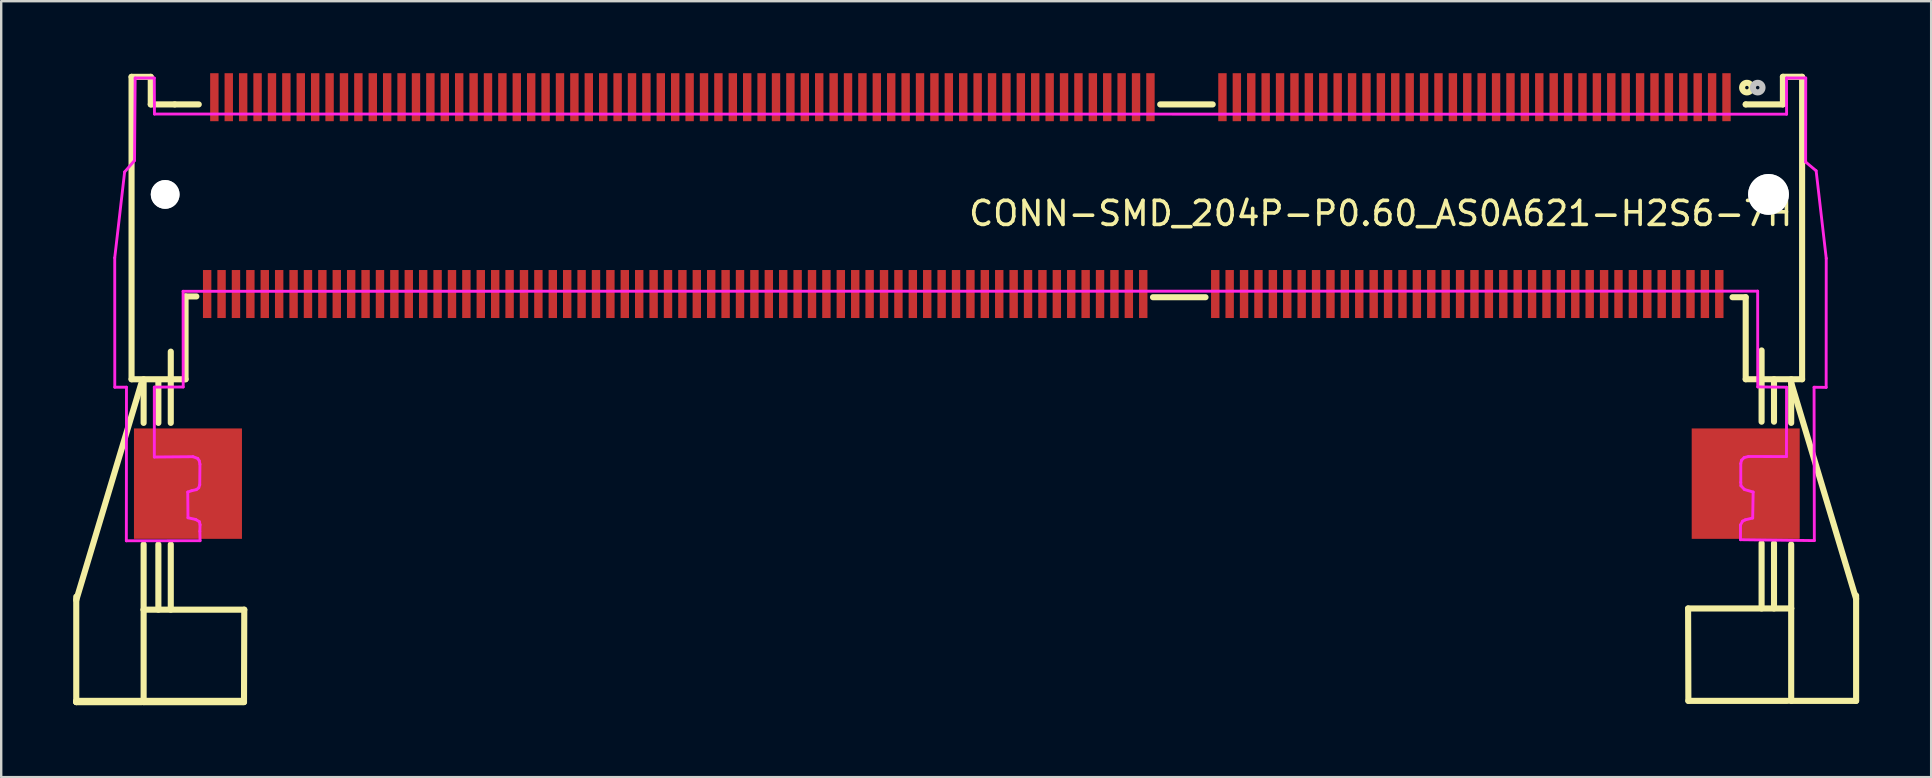
<source format=kicad_pcb>
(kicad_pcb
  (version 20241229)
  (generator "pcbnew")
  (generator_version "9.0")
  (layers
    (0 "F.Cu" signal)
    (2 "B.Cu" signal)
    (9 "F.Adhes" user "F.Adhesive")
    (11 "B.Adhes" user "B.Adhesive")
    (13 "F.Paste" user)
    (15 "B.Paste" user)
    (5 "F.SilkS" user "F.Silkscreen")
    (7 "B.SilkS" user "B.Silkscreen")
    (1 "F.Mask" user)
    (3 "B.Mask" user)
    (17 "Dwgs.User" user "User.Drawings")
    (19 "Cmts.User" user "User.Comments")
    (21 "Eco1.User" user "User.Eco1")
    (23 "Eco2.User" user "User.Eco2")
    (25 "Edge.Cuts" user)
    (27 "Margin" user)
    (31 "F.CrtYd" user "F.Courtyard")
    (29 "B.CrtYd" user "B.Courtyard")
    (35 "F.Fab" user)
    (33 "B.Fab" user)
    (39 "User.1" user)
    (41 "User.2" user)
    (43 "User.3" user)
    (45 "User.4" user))
  (footprint "CONN-SMD_204P-P0.60_AS0A621-H2S6-7H"
    (layer "F.Cu")
    (at 37.231 9.05)
    (property "Reference" "CONN-SMD_204P-P0.60_AS0A621-H2S6-7H" (at 0 -3.207 0) (layer "F.SilkS") (effects (font (size 1 1) (thickness 0.15)) (justify left)))
    (attr smd)
    (fp_line (start -37.104 12.901) (end -34.4 3.895) (stroke (width 0.254) (type solid)) (layer "F.SilkS"))
    (fp_line (start -37.104 17.151) (end -37.104 12.76) (stroke (width 0.254) (type solid)) (layer "F.SilkS"))
    (fp_line (start -37.104 17.151) (end -34.382 17.151) (stroke (width 0.254) (type solid)) (layer "F.SilkS"))
    (fp_line (start -37.1 17.1) (end -30.15 17.1) (stroke (width 0.254) (type solid)) (layer "F.SilkS"))
    (fp_line (start -37.1 17.15) (end -37.1 17.1) (stroke (width 0.254) (type solid)) (layer "F.SilkS"))
    (fp_line (start -34.8 -8.899) (end -34 -8.899) (stroke (width 0.254) (type solid)) (layer "F.SilkS"))
    (fp_line (start -34.8 3.701) (end -34.8 -8.899) (stroke (width 0.254) (type solid)) (layer "F.SilkS"))
    (fp_line (start -34.8 3.701) (end -32.55 3.701) (stroke (width 0.254) (type solid)) (layer "F.SilkS"))
    (fp_line (start -34.297 5.519) (end -34.297 3.701) (stroke (width 0.254) (type solid)) (layer "F.SilkS"))
    (fp_line (start -34.297 13.301) (end -34.297 10.581) (stroke (width 0.254) (type solid)) (layer "F.SilkS"))
    (fp_line (start -34.297 13.301) (end -34.297 17.151) (stroke (width 0.254) (type solid)) (layer "F.SilkS"))
    (fp_line (start -34.281 17.151) (end -30.115 17.151) (stroke (width 0.254) (type solid)) (layer "F.SilkS"))
    (fp_line (start -34 -8.899) (end -34 -7.75) (stroke (width 0.254) (type solid)) (layer "F.SilkS"))
    (fp_line (start -34 -7.75) (end -33 -7.75) (stroke (width 0.254) (type solid)) (layer "F.SilkS"))
    (fp_line (start -33.683 5.519) (end -33.683 3.75) (stroke (width 0.254) (type solid)) (layer "F.SilkS"))
    (fp_line (start -33.683 13.301) (end -33.683 10.582) (stroke (width 0.254) (type solid)) (layer "F.SilkS"))
    (fp_line (start -33.166 5.519) (end -33.166 2.55) (stroke (width 0.254) (type solid)) (layer "F.SilkS"))
    (fp_line (start -33.166 13.301) (end -33.166 10.582) (stroke (width 0.254) (type solid)) (layer "F.SilkS"))
    (fp_line (start -33 -7.75) (end -32 -7.75) (stroke (width 0.254) (type solid)) (layer "F.SilkS"))
    (fp_line (start -32.55 0.25) (end -32.1 0.25) (stroke (width 0.254) (type solid)) (layer "F.SilkS"))
    (fp_line (start -32.55 3.701) (end -32.55 0.25) (stroke (width 0.254) (type solid)) (layer "F.SilkS"))
    (fp_line (start -30.15 17.1) (end -30.15 17.15) (stroke (width 0.254) (type solid)) (layer "F.SilkS"))
    (fp_line (start -30.15 17.15) (end -37.1 17.15) (stroke (width 0.254) (type solid)) (layer "F.SilkS"))
    (fp_line (start -30.115 17.151) (end -30.104 13.301) (stroke (width 0.254) (type solid)) (layer "F.SilkS"))
    (fp_line (start -30.104 13.301) (end -34.297 13.301) (stroke (width 0.254) (type solid)) (layer "F.SilkS"))
    (fp_line (start 9.944 0.283) (end 7.756 0.283) (stroke (width 0.254) (type solid)) (layer "F.SilkS"))
    (fp_line (start 10.244 -7.75) (end 8.056 -7.75) (stroke (width 0.254) (type solid)) (layer "F.SilkS"))
    (fp_line (start 30.05 13.25) (end 34.345 13.25) (stroke (width 0.254) (type solid)) (layer "F.SilkS"))
    (fp_line (start 30.061 17.1) (end 30.05 13.25) (stroke (width 0.254) (type solid)) (layer "F.SilkS"))
    (fp_line (start 30.061 17.1) (end 34.2 17.1) (stroke (width 0.254) (type solid)) (layer "F.SilkS"))
    (fp_line (start 32.45 -7.75) (end 32.45 -7.75) (stroke (width 0.254) (type solid)) (layer "F.SilkS"))
    (fp_line (start 32.45 0.283) (end 31.9 0.283) (stroke (width 0.254) (type solid)) (layer "F.SilkS"))
    (fp_line (start 32.45 0.283) (end 32.45 3.7) (stroke (width 0.254) (type solid)) (layer "F.SilkS"))
    (fp_line (start 33.112 5.469) (end 33.112 2.5) (stroke (width 0.254) (type solid)) (layer "F.SilkS"))
    (fp_line (start 33.112 13.25) (end 33.112 10.531) (stroke (width 0.254) (type solid)) (layer "F.SilkS"))
    (fp_line (start 33.629 5.469) (end 33.629 3.7) (stroke (width 0.254) (type solid)) (layer "F.SilkS"))
    (fp_line (start 33.629 13.25) (end 33.629 10.531) (stroke (width 0.254) (type solid)) (layer "F.SilkS"))
    (fp_line (start 34 -8.9) (end 34 -7.75) (stroke (width 0.254) (type solid)) (layer "F.SilkS"))
    (fp_line (start 34 -7.75) (end 32.45 -7.75) (stroke (width 0.254) (type solid)) (layer "F.SilkS"))
    (fp_line (start 34.345 5.519) (end 34.345 3.7) (stroke (width 0.254) (type solid)) (layer "F.SilkS"))
    (fp_line (start 34.345 13.25) (end 34.345 10.581) (stroke (width 0.254) (type solid)) (layer "F.SilkS"))
    (fp_line (start 34.345 13.25) (end 34.345 17.1) (stroke (width 0.254) (type solid)) (layer "F.SilkS"))
    (fp_line (start 34.8 -8.9) (end 34 -8.9) (stroke (width 0.254) (type solid)) (layer "F.SilkS"))
    (fp_line (start 34.8 3.7) (end 32.45 3.7) (stroke (width 0.254) (type solid)) (layer "F.SilkS"))
    (fp_line (start 34.8 3.7) (end 34.8 -8.9) (stroke (width 0.254) (type solid)) (layer "F.SilkS"))
    (fp_line (start 37.05 12.85) (end 34.345 3.845) (stroke (width 0.254) (type solid)) (layer "F.SilkS"))
    (fp_line (start 37.05 17.1) (end 34.328 17.1) (stroke (width 0.254) (type solid)) (layer "F.SilkS"))
    (fp_line (start 37.05 17.1) (end 37.05 12.71) (stroke (width 0.254) (type solid)) (layer "F.SilkS"))
    (fp_circle (center 32.5 -8.45) (end 32.7 -8.45) (stroke (width 0.254) (type solid)) (fill no) (layer "F.SilkS"))
    (fp_circle (center -33.4 -4) (end -33.1 -4) (stroke (width 0.6) (type solid)) (fill no) (layer "Dwgs.User"))
    (fp_circle (center 32.95 -8.45) (end 33.15 -8.45) (stroke (width 0.254) (type solid)) (fill no) (layer "Dwgs.User"))
    (fp_circle (center 33.4 -4) (end 33.825 -4) (stroke (width 0.85) (type solid)) (fill no) (layer "Dwgs.User"))
    (fp_circle (center 35.805 -8.9) (end 35.835 -8.9) (stroke (width 0.06) (type solid)) (fill no) (layer "Eco2.User"))
    (fp_poly (pts (xy -31.45 1) (xy -31.85 1) (xy -31.85 -0.7) (xy -31.45 -0.7)) (stroke (width 0.12) (type solid)) (fill no) (layer "Eco2.User"))
    (fp_poly (pts (xy -31.15 -7.2) (xy -31.55 -7.2) (xy -31.55 -8.9) (xy -31.15 -8.9)) (stroke (width 0.12) (type solid)) (fill no) (layer "Eco2.User"))
    (fp_poly (pts (xy -30.95 10.05) (xy -33.95 10.05) (xy -33.95 6.05) (xy -30.95 6.05)) (stroke (width 0.12) (type solid)) (fill no) (layer "Eco2.User"))
    (fp_poly (pts (xy -30.85 1) (xy -31.25 1) (xy -31.25 -0.7) (xy -30.85 -0.7)) (stroke (width 0.12) (type solid)) (fill no) (layer "Eco2.User"))
    (fp_poly (pts (xy -30.55 -7.2) (xy -30.95 -7.2) (xy -30.95 -8.9) (xy -30.55 -8.9)) (stroke (width 0.12) (type solid)) (fill no) (layer "Eco2.User"))
    (fp_poly (pts (xy -30.25 1) (xy -30.65 1) (xy -30.65 -0.7) (xy -30.25 -0.7)) (stroke (width 0.12) (type solid)) (fill no) (layer "Eco2.User"))
    (fp_poly (pts (xy -29.95 -7.2) (xy -30.35 -7.2) (xy -30.35 -8.9) (xy -29.95 -8.9)) (stroke (width 0.12) (type solid)) (fill no) (layer "Eco2.User"))
    (fp_poly (pts (xy -29.65 1) (xy -30.05 1) (xy -30.05 -0.7) (xy -29.65 -0.7)) (stroke (width 0.12) (type solid)) (fill no) (layer "Eco2.User"))
    (fp_poly (pts (xy -29.35 -7.2) (xy -29.75 -7.2) (xy -29.75 -8.9) (xy -29.35 -8.9)) (stroke (width 0.12) (type solid)) (fill no) (layer "Eco2.User"))
    (fp_poly (pts (xy -29.05 1) (xy -29.45 1) (xy -29.45 -0.7) (xy -29.05 -0.7)) (stroke (width 0.12) (type solid)) (fill no) (layer "Eco2.User"))
    (fp_poly (pts (xy -28.75 -7.2) (xy -29.15 -7.2) (xy -29.15 -8.9) (xy -28.75 -8.9)) (stroke (width 0.12) (type solid)) (fill no) (layer "Eco2.User"))
    (fp_poly (pts (xy -28.45 1) (xy -28.85 1) (xy -28.85 -0.7) (xy -28.45 -0.7)) (stroke (width 0.12) (type solid)) (fill no) (layer "Eco2.User"))
    (fp_poly (pts (xy -28.15 -7.2) (xy -28.55 -7.2) (xy -28.55 -8.9) (xy -28.15 -8.9)) (stroke (width 0.12) (type solid)) (fill no) (layer "Eco2.User"))
    (fp_poly (pts (xy -27.85 1) (xy -28.25 1) (xy -28.25 -0.7) (xy -27.85 -0.7)) (stroke (width 0.12) (type solid)) (fill no) (layer "Eco2.User"))
    (fp_poly (pts (xy -27.55 -7.2) (xy -27.95 -7.2) (xy -27.95 -8.9) (xy -27.55 -8.9)) (stroke (width 0.12) (type solid)) (fill no) (layer "Eco2.User"))
    (fp_poly (pts (xy -27.25 1) (xy -27.65 1) (xy -27.65 -0.7) (xy -27.25 -0.7)) (stroke (width 0.12) (type solid)) (fill no) (layer "Eco2.User"))
    (fp_poly (pts (xy -26.95 -7.2) (xy -27.35 -7.2) (xy -27.35 -8.9) (xy -26.95 -8.9)) (stroke (width 0.12) (type solid)) (fill no) (layer "Eco2.User"))
    (fp_poly (pts (xy -26.65 1) (xy -27.05 1) (xy -27.05 -0.7) (xy -26.65 -0.7)) (stroke (width 0.12) (type solid)) (fill no) (layer "Eco2.User"))
    (fp_poly (pts (xy -26.35 -7.2) (xy -26.75 -7.2) (xy -26.75 -8.9) (xy -26.35 -8.9)) (stroke (width 0.12) (type solid)) (fill no) (layer "Eco2.User"))
    (fp_poly (pts (xy -26.05 1) (xy -26.45 1) (xy -26.45 -0.7) (xy -26.05 -0.7)) (stroke (width 0.12) (type solid)) (fill no) (layer "Eco2.User"))
    (fp_poly (pts (xy -25.75 -7.2) (xy -26.15 -7.2) (xy -26.15 -8.9) (xy -25.75 -8.9)) (stroke (width 0.12) (type solid)) (fill no) (layer "Eco2.User"))
    (fp_poly (pts (xy -25.45 1) (xy -25.85 1) (xy -25.85 -0.7) (xy -25.45 -0.7)) (stroke (width 0.12) (type solid)) (fill no) (layer "Eco2.User"))
    (fp_poly (pts (xy -25.15 -7.2) (xy -25.55 -7.2) (xy -25.55 -8.9) (xy -25.15 -8.9)) (stroke (width 0.12) (type solid)) (fill no) (layer "Eco2.User"))
    (fp_poly (pts (xy -24.85 1) (xy -25.25 1) (xy -25.25 -0.7) (xy -24.85 -0.7)) (stroke (width 0.12) (type solid)) (fill no) (layer "Eco2.User"))
    (fp_poly (pts (xy -24.55 -7.2) (xy -24.95 -7.2) (xy -24.95 -8.9) (xy -24.55 -8.9)) (stroke (width 0.12) (type solid)) (fill no) (layer "Eco2.User"))
    (fp_poly (pts (xy -24.25 1) (xy -24.65 1) (xy -24.65 -0.7) (xy -24.25 -0.7)) (stroke (width 0.12) (type solid)) (fill no) (layer "Eco2.User"))
    (fp_poly (pts (xy -23.95 -7.2) (xy -24.35 -7.2) (xy -24.35 -8.9) (xy -23.95 -8.9)) (stroke (width 0.12) (type solid)) (fill no) (layer "Eco2.User"))
    (fp_poly (pts (xy -23.65 1) (xy -24.05 1) (xy -24.05 -0.7) (xy -23.65 -0.7)) (stroke (width 0.12) (type solid)) (fill no) (layer "Eco2.User"))
    (fp_poly (pts (xy -23.35 -7.2) (xy -23.75 -7.2) (xy -23.75 -8.9) (xy -23.35 -8.9)) (stroke (width 0.12) (type solid)) (fill no) (layer "Eco2.User"))
    (fp_poly (pts (xy -23.05 1) (xy -23.45 1) (xy -23.45 -0.7) (xy -23.05 -0.7)) (stroke (width 0.12) (type solid)) (fill no) (layer "Eco2.User"))
    (fp_poly (pts (xy -22.75 -7.2) (xy -23.15 -7.2) (xy -23.15 -8.9) (xy -22.75 -8.9)) (stroke (width 0.12) (type solid)) (fill no) (layer "Eco2.User"))
    (fp_poly (pts (xy -22.45 1) (xy -22.85 1) (xy -22.85 -0.7) (xy -22.45 -0.7)) (stroke (width 0.12) (type solid)) (fill no) (layer "Eco2.User"))
    (fp_poly (pts (xy -22.15 -7.2) (xy -22.55 -7.2) (xy -22.55 -8.9) (xy -22.15 -8.9)) (stroke (width 0.12) (type solid)) (fill no) (layer "Eco2.User"))
    (fp_poly (pts (xy -21.85 1) (xy -22.25 1) (xy -22.25 -0.7) (xy -21.85 -0.7)) (stroke (width 0.12) (type solid)) (fill no) (layer "Eco2.User"))
    (fp_poly (pts (xy -21.55 -7.2) (xy -21.95 -7.2) (xy -21.95 -8.9) (xy -21.55 -8.9)) (stroke (width 0.12) (type solid)) (fill no) (layer "Eco2.User"))
    (fp_poly (pts (xy -21.25 1) (xy -21.65 1) (xy -21.65 -0.7) (xy -21.25 -0.7)) (stroke (width 0.12) (type solid)) (fill no) (layer "Eco2.User"))
    (fp_poly (pts (xy -20.95 -7.2) (xy -21.35 -7.2) (xy -21.35 -8.9) (xy -20.95 -8.9)) (stroke (width 0.12) (type solid)) (fill no) (layer "Eco2.User"))
    (fp_poly (pts (xy -20.65 1) (xy -21.05 1) (xy -21.05 -0.7) (xy -20.65 -0.7)) (stroke (width 0.12) (type solid)) (fill no) (layer "Eco2.User"))
    (fp_poly (pts (xy -20.35 -7.2) (xy -20.75 -7.2) (xy -20.75 -8.9) (xy -20.35 -8.9)) (stroke (width 0.12) (type solid)) (fill no) (layer "Eco2.User"))
    (fp_poly (pts (xy -20.05 1) (xy -20.45 1) (xy -20.45 -0.7) (xy -20.05 -0.7)) (stroke (width 0.12) (type solid)) (fill no) (layer "Eco2.User"))
    (fp_poly (pts (xy -19.75 -7.2) (xy -20.15 -7.2) (xy -20.15 -8.9) (xy -19.75 -8.9)) (stroke (width 0.12) (type solid)) (fill no) (layer "Eco2.User"))
    (fp_poly (pts (xy -19.45 1) (xy -19.85 1) (xy -19.85 -0.7) (xy -19.45 -0.7)) (stroke (width 0.12) (type solid)) (fill no) (layer "Eco2.User"))
    (fp_poly (pts (xy -19.15 -7.2) (xy -19.55 -7.2) (xy -19.55 -8.9) (xy -19.15 -8.9)) (stroke (width 0.12) (type solid)) (fill no) (layer "Eco2.User"))
    (fp_poly (pts (xy -18.85 1) (xy -19.25 1) (xy -19.25 -0.7) (xy -18.85 -0.7)) (stroke (width 0.12) (type solid)) (fill no) (layer "Eco2.User"))
    (fp_poly (pts (xy -18.55 -7.2) (xy -18.95 -7.2) (xy -18.95 -8.9) (xy -18.55 -8.9)) (stroke (width 0.12) (type solid)) (fill no) (layer "Eco2.User"))
    (fp_poly (pts (xy -18.25 1) (xy -18.65 1) (xy -18.65 -0.7) (xy -18.25 -0.7)) (stroke (width 0.12) (type solid)) (fill no) (layer "Eco2.User"))
    (fp_poly (pts (xy -17.95 -7.2) (xy -18.35 -7.2) (xy -18.35 -8.9) (xy -17.95 -8.9)) (stroke (width 0.12) (type solid)) (fill no) (layer "Eco2.User"))
    (fp_poly (pts (xy -17.65 1) (xy -18.05 1) (xy -18.05 -0.7) (xy -17.65 -0.7)) (stroke (width 0.12) (type solid)) (fill no) (layer "Eco2.User"))
    (fp_poly (pts (xy -17.35 -7.2) (xy -17.75 -7.2) (xy -17.75 -8.9) (xy -17.35 -8.9)) (stroke (width 0.12) (type solid)) (fill no) (layer "Eco2.User"))
    (fp_poly (pts (xy -17.05 1) (xy -17.45 1) (xy -17.45 -0.7) (xy -17.05 -0.7)) (stroke (width 0.12) (type solid)) (fill no) (layer "Eco2.User"))
    (fp_poly (pts (xy -16.75 -7.2) (xy -17.15 -7.2) (xy -17.15 -8.9) (xy -16.75 -8.9)) (stroke (width 0.12) (type solid)) (fill no) (layer "Eco2.User"))
    (fp_poly (pts (xy -16.45 1) (xy -16.85 1) (xy -16.85 -0.7) (xy -16.45 -0.7)) (stroke (width 0.12) (type solid)) (fill no) (layer "Eco2.User"))
    (fp_poly (pts (xy -16.15 -7.2) (xy -16.55 -7.2) (xy -16.55 -8.9) (xy -16.15 -8.9)) (stroke (width 0.12) (type solid)) (fill no) (layer "Eco2.User"))
    (fp_poly (pts (xy -15.85 1) (xy -16.25 1) (xy -16.25 -0.7) (xy -15.85 -0.7)) (stroke (width 0.12) (type solid)) (fill no) (layer "Eco2.User"))
    (fp_poly (pts (xy -15.55 -7.2) (xy -15.95 -7.2) (xy -15.95 -8.9) (xy -15.55 -8.9)) (stroke (width 0.12) (type solid)) (fill no) (layer "Eco2.User"))
    (fp_poly (pts (xy -15.25 1) (xy -15.65 1) (xy -15.65 -0.7) (xy -15.25 -0.7)) (stroke (width 0.12) (type solid)) (fill no) (layer "Eco2.User"))
    (fp_poly (pts (xy -14.95 -7.2) (xy -15.35 -7.2) (xy -15.35 -8.9) (xy -14.95 -8.9)) (stroke (width 0.12) (type solid)) (fill no) (layer "Eco2.User"))
    (fp_poly (pts (xy -14.65 1) (xy -15.05 1) (xy -15.05 -0.7) (xy -14.65 -0.7)) (stroke (width 0.12) (type solid)) (fill no) (layer "Eco2.User"))
    (fp_poly (pts (xy -14.35 -7.2) (xy -14.75 -7.2) (xy -14.75 -8.9) (xy -14.35 -8.9)) (stroke (width 0.12) (type solid)) (fill no) (layer "Eco2.User"))
    (fp_poly (pts (xy -14.05 1) (xy -14.45 1) (xy -14.45 -0.7) (xy -14.05 -0.7)) (stroke (width 0.12) (type solid)) (fill no) (layer "Eco2.User"))
    (fp_poly (pts (xy -13.75 -7.2) (xy -14.15 -7.2) (xy -14.15 -8.9) (xy -13.75 -8.9)) (stroke (width 0.12) (type solid)) (fill no) (layer "Eco2.User"))
    (fp_poly (pts (xy -13.45 1) (xy -13.85 1) (xy -13.85 -0.7) (xy -13.45 -0.7)) (stroke (width 0.12) (type solid)) (fill no) (layer "Eco2.User"))
    (fp_poly (pts (xy -13.15 -7.2) (xy -13.55 -7.2) (xy -13.55 -8.9) (xy -13.15 -8.9)) (stroke (width 0.12) (type solid)) (fill no) (layer "Eco2.User"))
    (fp_poly (pts (xy -12.85 1) (xy -13.25 1) (xy -13.25 -0.7) (xy -12.85 -0.7)) (stroke (width 0.12) (type solid)) (fill no) (layer "Eco2.User"))
    (fp_poly (pts (xy -12.55 -7.2) (xy -12.95 -7.2) (xy -12.95 -8.9) (xy -12.55 -8.9)) (stroke (width 0.12) (type solid)) (fill no) (layer "Eco2.User"))
    (fp_poly (pts (xy -12.25 1) (xy -12.65 1) (xy -12.65 -0.7) (xy -12.25 -0.7)) (stroke (width 0.12) (type solid)) (fill no) (layer "Eco2.User"))
    (fp_poly (pts (xy -11.95 -7.2) (xy -12.35 -7.2) (xy -12.35 -8.9) (xy -11.95 -8.9)) (stroke (width 0.12) (type solid)) (fill no) (layer "Eco2.User"))
    (fp_poly (pts (xy -11.65 1) (xy -12.05 1) (xy -12.05 -0.7) (xy -11.65 -0.7)) (stroke (width 0.12) (type solid)) (fill no) (layer "Eco2.User"))
    (fp_poly (pts (xy -11.35 -7.2) (xy -11.75 -7.2) (xy -11.75 -8.9) (xy -11.35 -8.9)) (stroke (width 0.12) (type solid)) (fill no) (layer "Eco2.User"))
    (fp_poly (pts (xy -11.05 1) (xy -11.45 1) (xy -11.45 -0.7) (xy -11.05 -0.7)) (stroke (width 0.12) (type solid)) (fill no) (layer "Eco2.User"))
    (fp_poly (pts (xy -10.75 -7.2) (xy -11.15 -7.2) (xy -11.15 -8.9) (xy -10.75 -8.9)) (stroke (width 0.12) (type solid)) (fill no) (layer "Eco2.User"))
    (fp_poly (pts (xy -10.45 1) (xy -10.85 1) (xy -10.85 -0.7) (xy -10.45 -0.7)) (stroke (width 0.12) (type solid)) (fill no) (layer "Eco2.User"))
    (fp_poly (pts (xy -10.15 -7.2) (xy -10.55 -7.2) (xy -10.55 -8.9) (xy -10.15 -8.9)) (stroke (width 0.12) (type solid)) (fill no) (layer "Eco2.User"))
    (fp_poly (pts (xy -9.85 1) (xy -10.25 1) (xy -10.25 -0.7) (xy -9.85 -0.7)) (stroke (width 0.12) (type solid)) (fill no) (layer "Eco2.User"))
    (fp_poly (pts (xy -9.55 -7.2) (xy -9.95 -7.2) (xy -9.95 -8.9) (xy -9.55 -8.9)) (stroke (width 0.12) (type solid)) (fill no) (layer "Eco2.User"))
    (fp_poly (pts (xy -9.25 1) (xy -9.65 1) (xy -9.65 -0.7) (xy -9.25 -0.7)) (stroke (width 0.12) (type solid)) (fill no) (layer "Eco2.User"))
    (fp_poly (pts (xy -8.95 -7.2) (xy -9.35 -7.2) (xy -9.35 -8.9) (xy -8.95 -8.9)) (stroke (width 0.12) (type solid)) (fill no) (layer "Eco2.User"))
    (fp_poly (pts (xy -8.65 1) (xy -9.05 1) (xy -9.05 -0.7) (xy -8.65 -0.7)) (stroke (width 0.12) (type solid)) (fill no) (layer "Eco2.User"))
    (fp_poly (pts (xy -8.35 -7.2) (xy -8.75 -7.2) (xy -8.75 -8.9) (xy -8.35 -8.9)) (stroke (width 0.12) (type solid)) (fill no) (layer "Eco2.User"))
    (fp_poly (pts (xy -8.05 1) (xy -8.45 1) (xy -8.45 -0.7) (xy -8.05 -0.7)) (stroke (width 0.12) (type solid)) (fill no) (layer "Eco2.User"))
    (fp_poly (pts (xy -7.75 -7.2) (xy -8.15 -7.2) (xy -8.15 -8.9) (xy -7.75 -8.9)) (stroke (width 0.12) (type solid)) (fill no) (layer "Eco2.User"))
    (fp_poly (pts (xy -7.45 1) (xy -7.85 1) (xy -7.85 -0.7) (xy -7.45 -0.7)) (stroke (width 0.12) (type solid)) (fill no) (layer "Eco2.User"))
    (fp_poly (pts (xy -7.15 -7.2) (xy -7.55 -7.2) (xy -7.55 -8.9) (xy -7.15 -8.9)) (stroke (width 0.12) (type solid)) (fill no) (layer "Eco2.User"))
    (fp_poly (pts (xy -6.85 1) (xy -7.25 1) (xy -7.25 -0.7) (xy -6.85 -0.7)) (stroke (width 0.12) (type solid)) (fill no) (layer "Eco2.User"))
    (fp_poly (pts (xy -6.55 -7.2) (xy -6.95 -7.2) (xy -6.95 -8.9) (xy -6.55 -8.9)) (stroke (width 0.12) (type solid)) (fill no) (layer "Eco2.User"))
    (fp_poly (pts (xy -6.25 1) (xy -6.65 1) (xy -6.65 -0.7) (xy -6.25 -0.7)) (stroke (width 0.12) (type solid)) (fill no) (layer "Eco2.User"))
    (fp_poly (pts (xy -5.95 -7.2) (xy -6.35 -7.2) (xy -6.35 -8.9) (xy -5.95 -8.9)) (stroke (width 0.12) (type solid)) (fill no) (layer "Eco2.User"))
    (fp_poly (pts (xy -5.65 1) (xy -6.05 1) (xy -6.05 -0.7) (xy -5.65 -0.7)) (stroke (width 0.12) (type solid)) (fill no) (layer "Eco2.User"))
    (fp_poly (pts (xy -5.35 -7.2) (xy -5.75 -7.2) (xy -5.75 -8.9) (xy -5.35 -8.9)) (stroke (width 0.12) (type solid)) (fill no) (layer "Eco2.User"))
    (fp_poly (pts (xy -5.05 1) (xy -5.45 1) (xy -5.45 -0.7) (xy -5.05 -0.7)) (stroke (width 0.12) (type solid)) (fill no) (layer "Eco2.User"))
    (fp_poly (pts (xy -4.75 -7.2) (xy -5.15 -7.2) (xy -5.15 -8.9) (xy -4.75 -8.9)) (stroke (width 0.12) (type solid)) (fill no) (layer "Eco2.User"))
    (fp_poly (pts (xy -4.45 1) (xy -4.85 1) (xy -4.85 -0.7) (xy -4.45 -0.7)) (stroke (width 0.12) (type solid)) (fill no) (layer "Eco2.User"))
    (fp_poly (pts (xy -4.15 -7.2) (xy -4.55 -7.2) (xy -4.55 -8.9) (xy -4.15 -8.9)) (stroke (width 0.12) (type solid)) (fill no) (layer "Eco2.User"))
    (fp_poly (pts (xy -3.85 1) (xy -4.25 1) (xy -4.25 -0.7) (xy -3.85 -0.7)) (stroke (width 0.12) (type solid)) (fill no) (layer "Eco2.User"))
    (fp_poly (pts (xy -3.55 -7.2) (xy -3.95 -7.2) (xy -3.95 -8.9) (xy -3.55 -8.9)) (stroke (width 0.12) (type solid)) (fill no) (layer "Eco2.User"))
    (fp_poly (pts (xy -3.25 1) (xy -3.65 1) (xy -3.65 -0.7) (xy -3.25 -0.7)) (stroke (width 0.12) (type solid)) (fill no) (layer "Eco2.User"))
    (fp_poly (pts (xy -2.95 -7.2) (xy -3.35 -7.2) (xy -3.35 -8.9) (xy -2.95 -8.9)) (stroke (width 0.12) (type solid)) (fill no) (layer "Eco2.User"))
    (fp_poly (pts (xy -2.65 1) (xy -3.05 1) (xy -3.05 -0.7) (xy -2.65 -0.7)) (stroke (width 0.12) (type solid)) (fill no) (layer "Eco2.User"))
    (fp_poly (pts (xy -2.35 -7.2) (xy -2.75 -7.2) (xy -2.75 -8.9) (xy -2.35 -8.9)) (stroke (width 0.12) (type solid)) (fill no) (layer "Eco2.User"))
    (fp_poly (pts (xy -2.05 1) (xy -2.45 1) (xy -2.45 -0.7) (xy -2.05 -0.7)) (stroke (width 0.12) (type solid)) (fill no) (layer "Eco2.User"))
    (fp_poly (pts (xy -1.75 -7.2) (xy -2.15 -7.2) (xy -2.15 -8.9) (xy -1.75 -8.9)) (stroke (width 0.12) (type solid)) (fill no) (layer "Eco2.User"))
    (fp_poly (pts (xy -1.45 1) (xy -1.85 1) (xy -1.85 -0.7) (xy -1.45 -0.7)) (stroke (width 0.12) (type solid)) (fill no) (layer "Eco2.User"))
    (fp_poly (pts (xy -1.15 -7.2) (xy -1.55 -7.2) (xy -1.55 -8.9) (xy -1.15 -8.9)) (stroke (width 0.12) (type solid)) (fill no) (layer "Eco2.User"))
    (fp_poly (pts (xy -0.85 1) (xy -1.25 1) (xy -1.25 -0.7) (xy -0.85 -0.7)) (stroke (width 0.12) (type solid)) (fill no) (layer "Eco2.User"))
    (fp_poly (pts (xy -0.55 -7.2) (xy -0.95 -7.2) (xy -0.95 -8.9) (xy -0.55 -8.9)) (stroke (width 0.12) (type solid)) (fill no) (layer "Eco2.User"))
    (fp_poly (pts (xy -0.25 1) (xy -0.65 1) (xy -0.65 -0.7) (xy -0.25 -0.7)) (stroke (width 0.12) (type solid)) (fill no) (layer "Eco2.User"))
    (fp_poly (pts (xy 0.05 -7.2) (xy -0.35 -7.2) (xy -0.35 -8.9) (xy 0.05 -8.9)) (stroke (width 0.12) (type solid)) (fill no) (layer "Eco2.User"))
    (fp_poly (pts (xy 0.35 1) (xy -0.05 1) (xy -0.05 -0.7) (xy 0.35 -0.7)) (stroke (width 0.12) (type solid)) (fill no) (layer "Eco2.User"))
    (fp_poly (pts (xy 0.65 -7.2) (xy 0.25 -7.2) (xy 0.25 -8.9) (xy 0.65 -8.9)) (stroke (width 0.12) (type solid)) (fill no) (layer "Eco2.User"))
    (fp_poly (pts (xy 0.95 1) (xy 0.55 1) (xy 0.55 -0.7) (xy 0.95 -0.7)) (stroke (width 0.12) (type solid)) (fill no) (layer "Eco2.User"))
    (fp_poly (pts (xy 1.25 -7.2) (xy 0.85 -7.2) (xy 0.85 -8.9) (xy 1.25 -8.9)) (stroke (width 0.12) (type solid)) (fill no) (layer "Eco2.User"))
    (fp_poly (pts (xy 1.55 1) (xy 1.15 1) (xy 1.15 -0.7) (xy 1.55 -0.7)) (stroke (width 0.12) (type solid)) (fill no) (layer "Eco2.User"))
    (fp_poly (pts (xy 1.85 -7.2) (xy 1.45 -7.2) (xy 1.45 -8.9) (xy 1.85 -8.9)) (stroke (width 0.12) (type solid)) (fill no) (layer "Eco2.User"))
    (fp_poly (pts (xy 2.15 1) (xy 1.75 1) (xy 1.75 -0.7) (xy 2.15 -0.7)) (stroke (width 0.12) (type solid)) (fill no) (layer "Eco2.User"))
    (fp_poly (pts (xy 2.45 -7.2) (xy 2.05 -7.2) (xy 2.05 -8.9) (xy 2.45 -8.9)) (stroke (width 0.12) (type solid)) (fill no) (layer "Eco2.User"))
    (fp_poly (pts (xy 2.75 1) (xy 2.35 1) (xy 2.35 -0.7) (xy 2.75 -0.7)) (stroke (width 0.12) (type solid)) (fill no) (layer "Eco2.User"))
    (fp_poly (pts (xy 3.05 -7.2) (xy 2.65 -7.2) (xy 2.65 -8.9) (xy 3.05 -8.9)) (stroke (width 0.12) (type solid)) (fill no) (layer "Eco2.User"))
    (fp_poly (pts (xy 3.35 1) (xy 2.95 1) (xy 2.95 -0.7) (xy 3.35 -0.7)) (stroke (width 0.12) (type solid)) (fill no) (layer "Eco2.User"))
    (fp_poly (pts (xy 3.65 -7.2) (xy 3.25 -7.2) (xy 3.25 -8.9) (xy 3.65 -8.9)) (stroke (width 0.12) (type solid)) (fill no) (layer "Eco2.User"))
    (fp_poly (pts (xy 3.95 1) (xy 3.55 1) (xy 3.55 -0.7) (xy 3.95 -0.7)) (stroke (width 0.12) (type solid)) (fill no) (layer "Eco2.User"))
    (fp_poly (pts (xy 4.25 -7.2) (xy 3.85 -7.2) (xy 3.85 -8.9) (xy 4.25 -8.9)) (stroke (width 0.12) (type solid)) (fill no) (layer "Eco2.User"))
    (fp_poly (pts (xy 4.55 1) (xy 4.15 1) (xy 4.15 -0.7) (xy 4.55 -0.7)) (stroke (width 0.12) (type solid)) (fill no) (layer "Eco2.User"))
    (fp_poly (pts (xy 4.85 -7.2) (xy 4.45 -7.2) (xy 4.45 -8.9) (xy 4.85 -8.9)) (stroke (width 0.12) (type solid)) (fill no) (layer "Eco2.User"))
    (fp_poly (pts (xy 5.15 1) (xy 4.75 1) (xy 4.75 -0.7) (xy 5.15 -0.7)) (stroke (width 0.12) (type solid)) (fill no) (layer "Eco2.User"))
    (fp_poly (pts (xy 5.45 -7.2) (xy 5.05 -7.2) (xy 5.05 -8.9) (xy 5.45 -8.9)) (stroke (width 0.12) (type solid)) (fill no) (layer "Eco2.User"))
    (fp_poly (pts (xy 5.75 1) (xy 5.35 1) (xy 5.35 -0.7) (xy 5.75 -0.7)) (stroke (width 0.12) (type solid)) (fill no) (layer "Eco2.User"))
    (fp_poly (pts (xy 6.05 -7.2) (xy 5.65 -7.2) (xy 5.65 -8.9) (xy 6.05 -8.9)) (stroke (width 0.12) (type solid)) (fill no) (layer "Eco2.User"))
    (fp_poly (pts (xy 6.35 1) (xy 5.95 1) (xy 5.95 -0.7) (xy 6.35 -0.7)) (stroke (width 0.12) (type solid)) (fill no) (layer "Eco2.User"))
    (fp_poly (pts (xy 6.65 -7.2) (xy 6.25 -7.2) (xy 6.25 -8.9) (xy 6.65 -8.9)) (stroke (width 0.12) (type solid)) (fill no) (layer "Eco2.User"))
    (fp_poly (pts (xy 6.95 1) (xy 6.55 1) (xy 6.55 -0.7) (xy 6.95 -0.7)) (stroke (width 0.12) (type solid)) (fill no) (layer "Eco2.User"))
    (fp_poly (pts (xy 7.25 -7.2) (xy 6.85 -7.2) (xy 6.85 -8.9) (xy 7.25 -8.9)) (stroke (width 0.12) (type solid)) (fill no) (layer "Eco2.User"))
    (fp_poly (pts (xy 7.55 1) (xy 7.15 1) (xy 7.15 -0.7) (xy 7.55 -0.7)) (stroke (width 0.12) (type solid)) (fill no) (layer "Eco2.User"))
    (fp_poly (pts (xy 7.85 -7.2) (xy 7.45 -7.2) (xy 7.45 -8.9) (xy 7.85 -8.9)) (stroke (width 0.12) (type solid)) (fill no) (layer "Eco2.User"))
    (fp_poly (pts (xy 10.55 1) (xy 10.15 1) (xy 10.15 -0.7) (xy 10.55 -0.7)) (stroke (width 0.12) (type solid)) (fill no) (layer "Eco2.User"))
    (fp_poly (pts (xy 10.85 -7.2) (xy 10.45 -7.2) (xy 10.45 -8.9) (xy 10.85 -8.9)) (stroke (width 0.12) (type solid)) (fill no) (layer "Eco2.User"))
    (fp_poly (pts (xy 11.15 1) (xy 10.75 1) (xy 10.75 -0.7) (xy 11.15 -0.7)) (stroke (width 0.12) (type solid)) (fill no) (layer "Eco2.User"))
    (fp_poly (pts (xy 11.45 -7.2) (xy 11.05 -7.2) (xy 11.05 -8.9) (xy 11.45 -8.9)) (stroke (width 0.12) (type solid)) (fill no) (layer "Eco2.User"))
    (fp_poly (pts (xy 11.75 1) (xy 11.35 1) (xy 11.35 -0.7) (xy 11.75 -0.7)) (stroke (width 0.12) (type solid)) (fill no) (layer "Eco2.User"))
    (fp_poly (pts (xy 12.05 -7.2) (xy 11.65 -7.2) (xy 11.65 -8.9) (xy 12.05 -8.9)) (stroke (width 0.12) (type solid)) (fill no) (layer "Eco2.User"))
    (fp_poly (pts (xy 12.35 1) (xy 11.95 1) (xy 11.95 -0.7) (xy 12.35 -0.7)) (stroke (width 0.12) (type solid)) (fill no) (layer "Eco2.User"))
    (fp_poly (pts (xy 12.65 -7.2) (xy 12.25 -7.2) (xy 12.25 -8.9) (xy 12.65 -8.9)) (stroke (width 0.12) (type solid)) (fill no) (layer "Eco2.User"))
    (fp_poly (pts (xy 12.95 1) (xy 12.55 1) (xy 12.55 -0.7) (xy 12.95 -0.7)) (stroke (width 0.12) (type solid)) (fill no) (layer "Eco2.User"))
    (fp_poly (pts (xy 13.25 -7.2) (xy 12.85 -7.2) (xy 12.85 -8.9) (xy 13.25 -8.9)) (stroke (width 0.12) (type solid)) (fill no) (layer "Eco2.User"))
    (fp_poly (pts (xy 13.55 1) (xy 13.15 1) (xy 13.15 -0.7) (xy 13.55 -0.7)) (stroke (width 0.12) (type solid)) (fill no) (layer "Eco2.User"))
    (fp_poly (pts (xy 13.85 -7.2) (xy 13.45 -7.2) (xy 13.45 -8.9) (xy 13.85 -8.9)) (stroke (width 0.12) (type solid)) (fill no) (layer "Eco2.User"))
    (fp_poly (pts (xy 14.15 1) (xy 13.75 1) (xy 13.75 -0.7) (xy 14.15 -0.7)) (stroke (width 0.12) (type solid)) (fill no) (layer "Eco2.User"))
    (fp_poly (pts (xy 14.45 -7.2) (xy 14.05 -7.2) (xy 14.05 -8.9) (xy 14.45 -8.9)) (stroke (width 0.12) (type solid)) (fill no) (layer "Eco2.User"))
    (fp_poly (pts (xy 14.75 1) (xy 14.35 1) (xy 14.35 -0.7) (xy 14.75 -0.7)) (stroke (width 0.12) (type solid)) (fill no) (layer "Eco2.User"))
    (fp_poly (pts (xy 15.05 -7.2) (xy 14.65 -7.2) (xy 14.65 -8.9) (xy 15.05 -8.9)) (stroke (width 0.12) (type solid)) (fill no) (layer "Eco2.User"))
    (fp_poly (pts (xy 15.35 1) (xy 14.95 1) (xy 14.95 -0.7) (xy 15.35 -0.7)) (stroke (width 0.12) (type solid)) (fill no) (layer "Eco2.User"))
    (fp_poly (pts (xy 15.65 -7.2) (xy 15.25 -7.2) (xy 15.25 -8.9) (xy 15.65 -8.9)) (stroke (width 0.12) (type solid)) (fill no) (layer "Eco2.User"))
    (fp_poly (pts (xy 15.95 1) (xy 15.55 1) (xy 15.55 -0.7) (xy 15.95 -0.7)) (stroke (width 0.12) (type solid)) (fill no) (layer "Eco2.User"))
    (fp_poly (pts (xy 16.25 -7.2) (xy 15.85 -7.2) (xy 15.85 -8.9) (xy 16.25 -8.9)) (stroke (width 0.12) (type solid)) (fill no) (layer "Eco2.User"))
    (fp_poly (pts (xy 16.55 1) (xy 16.15 1) (xy 16.15 -0.7) (xy 16.55 -0.7)) (stroke (width 0.12) (type solid)) (fill no) (layer "Eco2.User"))
    (fp_poly (pts (xy 16.85 -7.2) (xy 16.45 -7.2) (xy 16.45 -8.9) (xy 16.85 -8.9)) (stroke (width 0.12) (type solid)) (fill no) (layer "Eco2.User"))
    (fp_poly (pts (xy 17.15 1) (xy 16.75 1) (xy 16.75 -0.7) (xy 17.15 -0.7)) (stroke (width 0.12) (type solid)) (fill no) (layer "Eco2.User"))
    (fp_poly (pts (xy 17.45 -7.2) (xy 17.05 -7.2) (xy 17.05 -8.9) (xy 17.45 -8.9)) (stroke (width 0.12) (type solid)) (fill no) (layer "Eco2.User"))
    (fp_poly (pts (xy 17.75 1) (xy 17.35 1) (xy 17.35 -0.7) (xy 17.75 -0.7)) (stroke (width 0.12) (type solid)) (fill no) (layer "Eco2.User"))
    (fp_poly (pts (xy 18.05 -7.2) (xy 17.65 -7.2) (xy 17.65 -8.9) (xy 18.05 -8.9)) (stroke (width 0.12) (type solid)) (fill no) (layer "Eco2.User"))
    (fp_poly (pts (xy 18.35 1) (xy 17.95 1) (xy 17.95 -0.7) (xy 18.35 -0.7)) (stroke (width 0.12) (type solid)) (fill no) (layer "Eco2.User"))
    (fp_poly (pts (xy 18.65 -7.2) (xy 18.25 -7.2) (xy 18.25 -8.9) (xy 18.65 -8.9)) (stroke (width 0.12) (type solid)) (fill no) (layer "Eco2.User"))
    (fp_poly (pts (xy 18.95 1) (xy 18.55 1) (xy 18.55 -0.7) (xy 18.95 -0.7)) (stroke (width 0.12) (type solid)) (fill no) (layer "Eco2.User"))
    (fp_poly (pts (xy 19.25 -7.2) (xy 18.85 -7.2) (xy 18.85 -8.9) (xy 19.25 -8.9)) (stroke (width 0.12) (type solid)) (fill no) (layer "Eco2.User"))
    (fp_poly (pts (xy 19.55 1) (xy 19.15 1) (xy 19.15 -0.7) (xy 19.55 -0.7)) (stroke (width 0.12) (type solid)) (fill no) (layer "Eco2.User"))
    (fp_poly (pts (xy 19.85 -7.2) (xy 19.45 -7.2) (xy 19.45 -8.9) (xy 19.85 -8.9)) (stroke (width 0.12) (type solid)) (fill no) (layer "Eco2.User"))
    (fp_poly (pts (xy 20.15 1) (xy 19.75 1) (xy 19.75 -0.7) (xy 20.15 -0.7)) (stroke (width 0.12) (type solid)) (fill no) (layer "Eco2.User"))
    (fp_poly (pts (xy 20.45 -7.2) (xy 20.05 -7.2) (xy 20.05 -8.9) (xy 20.45 -8.9)) (stroke (width 0.12) (type solid)) (fill no) (layer "Eco2.User"))
    (fp_poly (pts (xy 20.75 1) (xy 20.35 1) (xy 20.35 -0.7) (xy 20.75 -0.7)) (stroke (width 0.12) (type solid)) (fill no) (layer "Eco2.User"))
    (fp_poly (pts (xy 21.05 -7.2) (xy 20.65 -7.2) (xy 20.65 -8.9) (xy 21.05 -8.9)) (stroke (width 0.12) (type solid)) (fill no) (layer "Eco2.User"))
    (fp_poly (pts (xy 21.35 1) (xy 20.95 1) (xy 20.95 -0.7) (xy 21.35 -0.7)) (stroke (width 0.12) (type solid)) (fill no) (layer "Eco2.User"))
    (fp_poly (pts (xy 21.65 -7.2) (xy 21.25 -7.2) (xy 21.25 -8.9) (xy 21.65 -8.9)) (stroke (width 0.12) (type solid)) (fill no) (layer "Eco2.User"))
    (fp_poly (pts (xy 21.95 1) (xy 21.55 1) (xy 21.55 -0.7) (xy 21.95 -0.7)) (stroke (width 0.12) (type solid)) (fill no) (layer "Eco2.User"))
    (fp_poly (pts (xy 22.25 -7.2) (xy 21.85 -7.2) (xy 21.85 -8.9) (xy 22.25 -8.9)) (stroke (width 0.12) (type solid)) (fill no) (layer "Eco2.User"))
    (fp_poly (pts (xy 22.55 1) (xy 22.15 1) (xy 22.15 -0.7) (xy 22.55 -0.7)) (stroke (width 0.12) (type solid)) (fill no) (layer "Eco2.User"))
    (fp_poly (pts (xy 22.85 -7.2) (xy 22.45 -7.2) (xy 22.45 -8.9) (xy 22.85 -8.9)) (stroke (width 0.12) (type solid)) (fill no) (layer "Eco2.User"))
    (fp_poly (pts (xy 23.15 1) (xy 22.75 1) (xy 22.75 -0.7) (xy 23.15 -0.7)) (stroke (width 0.12) (type solid)) (fill no) (layer "Eco2.User"))
    (fp_poly (pts (xy 23.45 -7.2) (xy 23.05 -7.2) (xy 23.05 -8.9) (xy 23.45 -8.9)) (stroke (width 0.12) (type solid)) (fill no) (layer "Eco2.User"))
    (fp_poly (pts (xy 23.75 1) (xy 23.35 1) (xy 23.35 -0.7) (xy 23.75 -0.7)) (stroke (width 0.12) (type solid)) (fill no) (layer "Eco2.User"))
    (fp_poly (pts (xy 24.05 -7.2) (xy 23.65 -7.2) (xy 23.65 -8.9) (xy 24.05 -8.9)) (stroke (width 0.12) (type solid)) (fill no) (layer "Eco2.User"))
    (fp_poly (pts (xy 24.35 1) (xy 23.95 1) (xy 23.95 -0.7) (xy 24.35 -0.7)) (stroke (width 0.12) (type solid)) (fill no) (layer "Eco2.User"))
    (fp_poly (pts (xy 24.65 -7.2) (xy 24.25 -7.2) (xy 24.25 -8.9) (xy 24.65 -8.9)) (stroke (width 0.12) (type solid)) (fill no) (layer "Eco2.User"))
    (fp_poly (pts (xy 24.95 1) (xy 24.55 1) (xy 24.55 -0.7) (xy 24.95 -0.7)) (stroke (width 0.12) (type solid)) (fill no) (layer "Eco2.User"))
    (fp_poly (pts (xy 25.25 -7.2) (xy 24.85 -7.2) (xy 24.85 -8.9) (xy 25.25 -8.9)) (stroke (width 0.12) (type solid)) (fill no) (layer "Eco2.User"))
    (fp_poly (pts (xy 25.55 1) (xy 25.15 1) (xy 25.15 -0.7) (xy 25.55 -0.7)) (stroke (width 0.12) (type solid)) (fill no) (layer "Eco2.User"))
    (fp_poly (pts (xy 25.85 -7.2) (xy 25.45 -7.2) (xy 25.45 -8.9) (xy 25.85 -8.9)) (stroke (width 0.12) (type solid)) (fill no) (layer "Eco2.User"))
    (fp_poly (pts (xy 26.15 1) (xy 25.75 1) (xy 25.75 -0.7) (xy 26.15 -0.7)) (stroke (width 0.12) (type solid)) (fill no) (layer "Eco2.User"))
    (fp_poly (pts (xy 26.45 -7.2) (xy 26.05 -7.2) (xy 26.05 -8.9) (xy 26.45 -8.9)) (stroke (width 0.12) (type solid)) (fill no) (layer "Eco2.User"))
    (fp_poly (pts (xy 26.75 1) (xy 26.35 1) (xy 26.35 -0.7) (xy 26.75 -0.7)) (stroke (width 0.12) (type solid)) (fill no) (layer "Eco2.User"))
    (fp_poly (pts (xy 27.05 -7.2) (xy 26.65 -7.2) (xy 26.65 -8.9) (xy 27.05 -8.9)) (stroke (width 0.12) (type solid)) (fill no) (layer "Eco2.User"))
    (fp_poly (pts (xy 27.35 1) (xy 26.95 1) (xy 26.95 -0.7) (xy 27.35 -0.7)) (stroke (width 0.12) (type solid)) (fill no) (layer "Eco2.User"))
    (fp_poly (pts (xy 27.65 -7.2) (xy 27.25 -7.2) (xy 27.25 -8.9) (xy 27.65 -8.9)) (stroke (width 0.12) (type solid)) (fill no) (layer "Eco2.User"))
    (fp_poly (pts (xy 27.95 1) (xy 27.55 1) (xy 27.55 -0.7) (xy 27.95 -0.7)) (stroke (width 0.12) (type solid)) (fill no) (layer "Eco2.User"))
    (fp_poly (pts (xy 28.25 -7.2) (xy 27.85 -7.2) (xy 27.85 -8.9) (xy 28.25 -8.9)) (stroke (width 0.12) (type solid)) (fill no) (layer "Eco2.User"))
    (fp_poly (pts (xy 28.55 1) (xy 28.15 1) (xy 28.15 -0.7) (xy 28.55 -0.7)) (stroke (width 0.12) (type solid)) (fill no) (layer "Eco2.User"))
    (fp_poly (pts (xy 28.85 -7.2) (xy 28.45 -7.2) (xy 28.45 -8.9) (xy 28.85 -8.9)) (stroke (width 0.12) (type solid)) (fill no) (layer "Eco2.User"))
    (fp_poly (pts (xy 29.15 1) (xy 28.75 1) (xy 28.75 -0.7) (xy 29.15 -0.7)) (stroke (width 0.12) (type solid)) (fill no) (layer "Eco2.User"))
    (fp_poly (pts (xy 29.45 -7.2) (xy 29.05 -7.2) (xy 29.05 -8.9) (xy 29.45 -8.9)) (stroke (width 0.12) (type solid)) (fill no) (layer "Eco2.User"))
    (fp_poly (pts (xy 29.75 1) (xy 29.35 1) (xy 29.35 -0.7) (xy 29.75 -0.7)) (stroke (width 0.12) (type solid)) (fill no) (layer "Eco2.User"))
    (fp_poly (pts (xy 30.05 -7.2) (xy 29.65 -7.2) (xy 29.65 -8.9) (xy 30.05 -8.9)) (stroke (width 0.12) (type solid)) (fill no) (layer "Eco2.User"))
    (fp_poly (pts (xy 30.35 1) (xy 29.95 1) (xy 29.95 -0.7) (xy 30.35 -0.7)) (stroke (width 0.12) (type solid)) (fill no) (layer "Eco2.User"))
    (fp_poly (pts (xy 30.65 -7.2) (xy 30.25 -7.2) (xy 30.25 -8.9) (xy 30.65 -8.9)) (stroke (width 0.12) (type solid)) (fill no) (layer "Eco2.User"))
    (fp_poly (pts (xy 30.95 1) (xy 30.55 1) (xy 30.55 -0.7) (xy 30.95 -0.7)) (stroke (width 0.12) (type solid)) (fill no) (layer "Eco2.User"))
    (fp_poly (pts (xy 31.25 -7.2) (xy 30.85 -7.2) (xy 30.85 -8.9) (xy 31.25 -8.9)) (stroke (width 0.12) (type solid)) (fill no) (layer "Eco2.User"))
    (fp_poly (pts (xy 31.55 1) (xy 31.15 1) (xy 31.15 -0.7) (xy 31.55 -0.7)) (stroke (width 0.12) (type solid)) (fill no) (layer "Eco2.User"))
    (fp_poly (pts (xy 31.85 -7.2) (xy 31.45 -7.2) (xy 31.45 -8.9) (xy 31.85 -8.9)) (stroke (width 0.12) (type solid)) (fill no) (layer "Eco2.User"))
    (fp_poly (pts (xy 33.95 10.05) (xy 30.95 10.05) (xy 30.95 6.05) (xy 33.95 6.05)) (stroke (width 0.12) (type solid)) (fill no) (layer "Eco2.User"))
    (fp_line (start -35.501 -1.359) (end -35.089 -4.936) (stroke (width 0.12) (type solid)) (layer "F.CrtYd"))
    (fp_line (start -35.499 4.032) (end -35.501 -1.359) (stroke (width 0.12) (type solid)) (layer "F.CrtYd"))
    (fp_line (start -35.089 -4.936) (end -34.676 -5.413) (stroke (width 0.12) (type solid)) (layer "F.CrtYd"))
    (fp_line (start -35.017 10.431) (end -35.012 4.032) (stroke (width 0.12) (type solid)) (layer "F.CrtYd"))
    (fp_line (start -35.012 4.032) (end -35.499 4.032) (stroke (width 0.12) (type solid)) (layer "F.CrtYd"))
    (fp_line (start -34.676 -5.413) (end -34.65 -8.85) (stroke (width 0.12) (type solid)) (layer "F.CrtYd"))
    (fp_line (start -34.65 -8.85) (end -33.853 -8.85) (stroke (width 0.12) (type solid)) (layer "F.CrtYd"))
    (fp_line (start -33.853 -8.85) (end -33.846 -7.349) (stroke (width 0.12) (type solid)) (layer "F.CrtYd"))
    (fp_line (start -33.852 4.028) (end -33.851 6.941) (stroke (width 0.12) (type solid)) (layer "F.CrtYd"))
    (fp_line (start -33.851 6.941) (end -32.242 6.927) (stroke (width 0.12) (type solid)) (layer "F.CrtYd"))
    (fp_line (start -33.846 -7.349) (end 34.153 -7.343) (stroke (width 0.12) (type solid)) (layer "F.CrtYd"))
    (fp_line (start -32.653 0.036) (end -32.648 4.023) (stroke (width 0.12) (type solid)) (layer "F.CrtYd"))
    (fp_line (start -32.648 4.023) (end -33.852 4.028) (stroke (width 0.12) (type solid)) (layer "F.CrtYd"))
    (fp_line (start -32.459 8.399) (end -32.449 9.472) (stroke (width 0.12) (type solid)) (layer "F.CrtYd"))
    (fp_line (start -32.449 9.472) (end -32.129 9.542) (stroke (width 0.12) (type solid)) (layer "F.CrtYd"))
    (fp_line (start -32.294 8.343) (end -32.459 8.399) (stroke (width 0.12) (type solid)) (layer "F.CrtYd"))
    (fp_line (start -32.242 6.927) (end -32.045 6.998) (stroke (width 0.12) (type solid)) (layer "F.CrtYd"))
    (fp_line (start -32.129 9.542) (end -31.974 9.636) (stroke (width 0.12) (type solid)) (layer "F.CrtYd"))
    (fp_line (start -32.101 8.3) (end -32.294 8.343) (stroke (width 0.12) (type solid)) (layer "F.CrtYd"))
    (fp_line (start -32.045 6.998) (end -31.979 7.101) (stroke (width 0.12) (type solid)) (layer "F.CrtYd"))
    (fp_line (start -32.002 8.225) (end -32.101 8.3) (stroke (width 0.12) (type solid)) (layer "F.CrtYd"))
    (fp_line (start -31.979 7.101) (end -31.951 7.242) (stroke (width 0.12) (type solid)) (layer "F.CrtYd"))
    (fp_line (start -31.974 9.636) (end -31.946 9.763) (stroke (width 0.12) (type solid)) (layer "F.CrtYd"))
    (fp_line (start -31.96 8.098) (end -32.002 8.225) (stroke (width 0.12) (type solid)) (layer "F.CrtYd"))
    (fp_line (start -31.955 10.036) (end -31.946 10.427) (stroke (width 0.12) (type solid)) (layer "F.CrtYd"))
    (fp_line (start -31.951 7.242) (end -31.96 8.098) (stroke (width 0.12) (type solid)) (layer "F.CrtYd"))
    (fp_line (start -31.946 9.763) (end -31.955 10.036) (stroke (width 0.12) (type solid)) (layer "F.CrtYd"))
    (fp_line (start -31.946 10.427) (end -35.017 10.431) (stroke (width 0.12) (type solid)) (layer "F.CrtYd"))
    (fp_line (start 32.233 9.774) (end 32.318 9.614) (stroke (width 0.12) (type solid)) (layer "F.CrtYd"))
    (fp_line (start 32.233 10.385) (end 32.233 9.774) (stroke (width 0.12) (type solid)) (layer "F.CrtYd"))
    (fp_line (start 32.244 7.217) (end 32.275 7.078) (stroke (width 0.12) (type solid)) (layer "F.CrtYd"))
    (fp_line (start 32.244 7.996) (end 32.244 7.217) (stroke (width 0.12) (type solid)) (layer "F.CrtYd"))
    (fp_line (start 32.251 8.138) (end 32.244 7.996) (stroke (width 0.12) (type solid)) (layer "F.CrtYd"))
    (fp_line (start 32.275 7.078) (end 32.387 6.963) (stroke (width 0.12) (type solid)) (layer "F.CrtYd"))
    (fp_line (start 32.318 9.614) (end 32.431 9.558) (stroke (width 0.12) (type solid)) (layer "F.CrtYd"))
    (fp_line (start 32.387 6.963) (end 32.566 6.919) (stroke (width 0.12) (type solid)) (layer "F.CrtYd"))
    (fp_line (start 32.397 8.294) (end 32.251 8.138) (stroke (width 0.12) (type solid)) (layer "F.CrtYd"))
    (fp_line (start 32.431 9.558) (end 32.741 9.482) (stroke (width 0.12) (type solid)) (layer "F.CrtYd"))
    (fp_line (start 32.566 6.919) (end 34.148 6.922) (stroke (width 0.12) (type solid)) (layer "F.CrtYd"))
    (fp_line (start 32.741 9.482) (end 32.76 8.4) (stroke (width 0.12) (type solid)) (layer "F.CrtYd"))
    (fp_line (start 32.76 8.4) (end 32.397 8.294) (stroke (width 0.12) (type solid)) (layer "F.CrtYd"))
    (fp_line (start 32.948 0.03) (end -32.653 0.036) (stroke (width 0.12) (type solid)) (layer "F.CrtYd"))
    (fp_line (start 32.952 4.019) (end 32.948 0.03) (stroke (width 0.12) (type solid)) (layer "F.CrtYd"))
    (fp_line (start 34.148 6.922) (end 34.152 4.033) (stroke (width 0.12) (type solid)) (layer "F.CrtYd"))
    (fp_line (start 34.15 -8.85) (end 34.951 -8.85) (stroke (width 0.12) (type solid)) (layer "F.CrtYd"))
    (fp_line (start 34.152 4.033) (end 32.952 4.019) (stroke (width 0.12) (type solid)) (layer "F.CrtYd"))
    (fp_line (start 34.153 -7.343) (end 34.15 -8.85) (stroke (width 0.12) (type solid)) (layer "F.CrtYd"))
    (fp_line (start 34.947 -5.351) (end 35.384 -4.985) (stroke (width 0.12) (type solid)) (layer "F.CrtYd"))
    (fp_line (start 34.951 -8.85) (end 34.947 -5.351) (stroke (width 0.12) (type solid)) (layer "F.CrtYd"))
    (fp_line (start 35.298 4.034) (end 35.309 10.423) (stroke (width 0.12) (type solid)) (layer "F.CrtYd"))
    (fp_line (start 35.309 10.423) (end 32.233 10.385) (stroke (width 0.12) (type solid)) (layer "F.CrtYd"))
    (fp_line (start 35.384 -4.985) (end 35.805 -1.338) (stroke (width 0.12) (type solid)) (layer "F.CrtYd"))
    (fp_line (start 35.802 4.039) (end 35.298 4.034) (stroke (width 0.12) (type solid)) (layer "F.CrtYd"))
    (fp_line (start 35.805 -1.338) (end 35.802 4.039) (stroke (width 0.12) (type solid)) (layer "F.CrtYd"))
    (pad "" np_thru_hole circle (at -33.4 -4) (size 1.2 1.2) (drill 1.2) (layers "*.Cu" "*.Mask"))
    (pad "" np_thru_hole circle (at 33.4 -4) (size 1.7 1.7) (drill 1.7) (layers "*.Cu" "*.Mask"))
    (pad "1" smd rect (at 31.65 -8.05 180) (size 0.35 2) (layers "F.Cu" "F.Mask" "F.Paste"))
    (pad "2" smd rect (at 31.35 0.15 180) (size 0.35 2) (layers "F.Cu" "F.Mask" "F.Paste"))
    (pad "3" smd rect (at 31.05 -8.05 180) (size 0.35 2) (layers "F.Cu" "F.Mask" "F.Paste"))
    (pad "4" smd rect (at 30.75 0.15 180) (size 0.35 2) (layers "F.Cu" "F.Mask" "F.Paste"))
    (pad "5" smd rect (at 30.45 -8.05 180) (size 0.35 2) (layers "F.Cu" "F.Mask" "F.Paste"))
    (pad "6" smd rect (at 30.15 0.15 180) (size 0.35 2) (layers "F.Cu" "F.Mask" "F.Paste"))
    (pad "7" smd rect (at 29.85 -8.05 180) (size 0.35 2) (layers "F.Cu" "F.Mask" "F.Paste"))
    (pad "8" smd rect (at 29.55 0.15 180) (size 0.35 2) (layers "F.Cu" "F.Mask" "F.Paste"))
    (pad "9" smd rect (at 29.25 -8.05 180) (size 0.35 2) (layers "F.Cu" "F.Mask" "F.Paste"))
    (pad "10" smd rect (at 28.95 0.15 180) (size 0.35 2) (layers "F.Cu" "F.Mask" "F.Paste"))
    (pad "11" smd rect (at 28.65 -8.05 180) (size 0.35 2) (layers "F.Cu" "F.Mask" "F.Paste"))
    (pad "12" smd rect (at 28.35 0.15 180) (size 0.35 2) (layers "F.Cu" "F.Mask" "F.Paste"))
    (pad "13" smd rect (at 28.05 -8.05 180) (size 0.35 2) (layers "F.Cu" "F.Mask" "F.Paste"))
    (pad "14" smd rect (at 27.75 0.15 180) (size 0.35 2) (layers "F.Cu" "F.Mask" "F.Paste"))
    (pad "15" smd rect (at 27.45 -8.05 180) (size 0.35 2) (layers "F.Cu" "F.Mask" "F.Paste"))
    (pad "16" smd rect (at 27.15 0.15 180) (size 0.35 2) (layers "F.Cu" "F.Mask" "F.Paste"))
    (pad "17" smd rect (at 26.85 -8.05 180) (size 0.35 2) (layers "F.Cu" "F.Mask" "F.Paste"))
    (pad "18" smd rect (at 26.55 0.15 180) (size 0.35 2) (layers "F.Cu" "F.Mask" "F.Paste"))
    (pad "19" smd rect (at 26.25 -8.05 180) (size 0.35 2) (layers "F.Cu" "F.Mask" "F.Paste"))
    (pad "20" smd rect (at 25.95 0.15 180) (size 0.35 2) (layers "F.Cu" "F.Mask" "F.Paste"))
    (pad "21" smd rect (at 25.65 -8.05 180) (size 0.35 2) (layers "F.Cu" "F.Mask" "F.Paste"))
    (pad "22" smd rect (at 25.35 0.15 180) (size 0.35 2) (layers "F.Cu" "F.Mask" "F.Paste"))
    (pad "23" smd rect (at 25.05 -8.05 180) (size 0.35 2) (layers "F.Cu" "F.Mask" "F.Paste"))
    (pad "24" smd rect (at 24.75 0.15 180) (size 0.35 2) (layers "F.Cu" "F.Mask" "F.Paste"))
    (pad "25" smd rect (at 24.45 -8.05 180) (size 0.35 2) (layers "F.Cu" "F.Mask" "F.Paste"))
    (pad "26" smd rect (at 24.15 0.15 180) (size 0.35 2) (layers "F.Cu" "F.Mask" "F.Paste"))
    (pad "27" smd rect (at 23.85 -8.05 180) (size 0.35 2) (layers "F.Cu" "F.Mask" "F.Paste"))
    (pad "28" smd rect (at 23.55 0.15 180) (size 0.35 2) (layers "F.Cu" "F.Mask" "F.Paste"))
    (pad "29" smd rect (at 23.25 -8.05 180) (size 0.35 2) (layers "F.Cu" "F.Mask" "F.Paste"))
    (pad "30" smd rect (at 22.95 0.15 180) (size 0.35 2) (layers "F.Cu" "F.Mask" "F.Paste"))
    (pad "31" smd rect (at 22.65 -8.05 180) (size 0.35 2) (layers "F.Cu" "F.Mask" "F.Paste"))
    (pad "32" smd rect (at 22.35 0.15 180) (size 0.35 2) (layers "F.Cu" "F.Mask" "F.Paste"))
    (pad "33" smd rect (at 22.05 -8.05 180) (size 0.35 2) (layers "F.Cu" "F.Mask" "F.Paste"))
    (pad "34" smd rect (at 21.75 0.15 180) (size 0.35 2) (layers "F.Cu" "F.Mask" "F.Paste"))
    (pad "35" smd rect (at 21.45 -8.05 180) (size 0.35 2) (layers "F.Cu" "F.Mask" "F.Paste"))
    (pad "36" smd rect (at 21.15 0.15 180) (size 0.35 2) (layers "F.Cu" "F.Mask" "F.Paste"))
    (pad "37" smd rect (at 20.85 -8.05 180) (size 0.35 2) (layers "F.Cu" "F.Mask" "F.Paste"))
    (pad "38" smd rect (at 20.55 0.15 180) (size 0.35 2) (layers "F.Cu" "F.Mask" "F.Paste"))
    (pad "39" smd rect (at 20.25 -8.05 180) (size 0.35 2) (layers "F.Cu" "F.Mask" "F.Paste"))
    (pad "40" smd rect (at 19.95 0.15 180) (size 0.35 2) (layers "F.Cu" "F.Mask" "F.Paste"))
    (pad "41" smd rect (at 19.65 -8.05 180) (size 0.35 2) (layers "F.Cu" "F.Mask" "F.Paste"))
    (pad "42" smd rect (at 19.35 0.15 180) (size 0.35 2) (layers "F.Cu" "F.Mask" "F.Paste"))
    (pad "43" smd rect (at 19.05 -8.05 180) (size 0.35 2) (layers "F.Cu" "F.Mask" "F.Paste"))
    (pad "44" smd rect (at 18.75 0.15 180) (size 0.35 2) (layers "F.Cu" "F.Mask" "F.Paste"))
    (pad "45" smd rect (at 18.45 -8.05 180) (size 0.35 2) (layers "F.Cu" "F.Mask" "F.Paste"))
    (pad "46" smd rect (at 18.15 0.15 180) (size 0.35 2) (layers "F.Cu" "F.Mask" "F.Paste"))
    (pad "47" smd rect (at 17.85 -8.05 180) (size 0.35 2) (layers "F.Cu" "F.Mask" "F.Paste"))
    (pad "48" smd rect (at 17.55 0.15 180) (size 0.35 2) (layers "F.Cu" "F.Mask" "F.Paste"))
    (pad "49" smd rect (at 17.25 -8.05 180) (size 0.35 2) (layers "F.Cu" "F.Mask" "F.Paste"))
    (pad "50" smd rect (at 16.95 0.15 180) (size 0.35 2) (layers "F.Cu" "F.Mask" "F.Paste"))
    (pad "51" smd rect (at 16.65 -8.05 180) (size 0.35 2) (layers "F.Cu" "F.Mask" "F.Paste"))
    (pad "52" smd rect (at 16.35 0.15 180) (size 0.35 2) (layers "F.Cu" "F.Mask" "F.Paste"))
    (pad "53" smd rect (at 16.05 -8.05 180) (size 0.35 2) (layers "F.Cu" "F.Mask" "F.Paste"))
    (pad "54" smd rect (at 15.75 0.15 180) (size 0.35 2) (layers "F.Cu" "F.Mask" "F.Paste"))
    (pad "55" smd rect (at 15.45 -8.05 180) (size 0.35 2) (layers "F.Cu" "F.Mask" "F.Paste"))
    (pad "56" smd rect (at 15.15 0.15 180) (size 0.35 2) (layers "F.Cu" "F.Mask" "F.Paste"))
    (pad "57" smd rect (at 14.85 -8.05 180) (size 0.35 2) (layers "F.Cu" "F.Mask" "F.Paste"))
    (pad "58" smd rect (at 14.55 0.15 180) (size 0.35 2) (layers "F.Cu" "F.Mask" "F.Paste"))
    (pad "59" smd rect (at 14.25 -8.05 180) (size 0.35 2) (layers "F.Cu" "F.Mask" "F.Paste"))
    (pad "60" smd rect (at 13.95 0.15 180) (size 0.35 2) (layers "F.Cu" "F.Mask" "F.Paste"))
    (pad "61" smd rect (at 13.65 -8.05 180) (size 0.35 2) (layers "F.Cu" "F.Mask" "F.Paste"))
    (pad "62" smd rect (at 13.35 0.15 180) (size 0.35 2) (layers "F.Cu" "F.Mask" "F.Paste"))
    (pad "63" smd rect (at 13.05 -8.05 180) (size 0.35 2) (layers "F.Cu" "F.Mask" "F.Paste"))
    (pad "64" smd rect (at 12.75 0.15 180) (size 0.35 2) (layers "F.Cu" "F.Mask" "F.Paste"))
    (pad "65" smd rect (at 12.45 -8.05 180) (size 0.35 2) (layers "F.Cu" "F.Mask" "F.Paste"))
    (pad "66" smd rect (at 12.15 0.15 180) (size 0.35 2) (layers "F.Cu" "F.Mask" "F.Paste"))
    (pad "67" smd rect (at 11.85 -8.05 180) (size 0.35 2) (layers "F.Cu" "F.Mask" "F.Paste"))
    (pad "68" smd rect (at 11.55 0.15 180) (size 0.35 2) (layers "F.Cu" "F.Mask" "F.Paste"))
    (pad "69" smd rect (at 11.25 -8.05 180) (size 0.35 2) (layers "F.Cu" "F.Mask" "F.Paste"))
    (pad "70" smd rect (at 10.95 0.15 180) (size 0.35 2) (layers "F.Cu" "F.Mask" "F.Paste"))
    (pad "71" smd rect (at 10.65 -8.05 180) (size 0.35 2) (layers "F.Cu" "F.Mask" "F.Paste"))
    (pad "72" smd rect (at 10.35 0.15 180) (size 0.35 2) (layers "F.Cu" "F.Mask" "F.Paste"))
    (pad "73" smd rect (at 7.65 -8.05 180) (size 0.35 2) (layers "F.Cu" "F.Mask" "F.Paste"))
    (pad "74" smd rect (at 7.35 0.15 180) (size 0.35 2) (layers "F.Cu" "F.Mask" "F.Paste"))
    (pad "75" smd rect (at 7.05 -8.05 180) (size 0.35 2) (layers "F.Cu" "F.Mask" "F.Paste"))
    (pad "76" smd rect (at 6.75 0.15 180) (size 0.35 2) (layers "F.Cu" "F.Mask" "F.Paste"))
    (pad "77" smd rect (at 6.45 -8.05 180) (size 0.35 2) (layers "F.Cu" "F.Mask" "F.Paste"))
    (pad "78" smd rect (at 6.15 0.15 180) (size 0.35 2) (layers "F.Cu" "F.Mask" "F.Paste"))
    (pad "79" smd rect (at 5.85 -8.05 180) (size 0.35 2) (layers "F.Cu" "F.Mask" "F.Paste"))
    (pad "80" smd rect (at 5.55 0.15 180) (size 0.35 2) (layers "F.Cu" "F.Mask" "F.Paste"))
    (pad "81" smd rect (at 5.25 -8.05 180) (size 0.35 2) (layers "F.Cu" "F.Mask" "F.Paste"))
    (pad "82" smd rect (at 4.95 0.15 180) (size 0.35 2) (layers "F.Cu" "F.Mask" "F.Paste"))
    (pad "83" smd rect (at 4.65 -8.05 180) (size 0.35 2) (layers "F.Cu" "F.Mask" "F.Paste"))
    (pad "84" smd rect (at 4.35 0.15 180) (size 0.35 2) (layers "F.Cu" "F.Mask" "F.Paste"))
    (pad "85" smd rect (at 4.05 -8.05 180) (size 0.35 2) (layers "F.Cu" "F.Mask" "F.Paste"))
    (pad "86" smd rect (at 3.75 0.15 180) (size 0.35 2) (layers "F.Cu" "F.Mask" "F.Paste"))
    (pad "87" smd rect (at 3.45 -8.05 180) (size 0.35 2) (layers "F.Cu" "F.Mask" "F.Paste"))
    (pad "88" smd rect (at 3.15 0.15 180) (size 0.35 2) (layers "F.Cu" "F.Mask" "F.Paste"))
    (pad "89" smd rect (at 2.85 -8.05 180) (size 0.35 2) (layers "F.Cu" "F.Mask" "F.Paste"))
    (pad "90" smd rect (at 2.55 0.15 180) (size 0.35 2) (layers "F.Cu" "F.Mask" "F.Paste"))
    (pad "91" smd rect (at 2.25 -8.05 180) (size 0.35 2) (layers "F.Cu" "F.Mask" "F.Paste"))
    (pad "92" smd rect (at 1.95 0.15 180) (size 0.35 2) (layers "F.Cu" "F.Mask" "F.Paste"))
    (pad "93" smd rect (at 1.65 -8.05 180) (size 0.35 2) (layers "F.Cu" "F.Mask" "F.Paste"))
    (pad "94" smd rect (at 1.35 0.15 180) (size 0.35 2) (layers "F.Cu" "F.Mask" "F.Paste"))
    (pad "95" smd rect (at 1.05 -8.05 180) (size 0.35 2) (layers "F.Cu" "F.Mask" "F.Paste"))
    (pad "96" smd rect (at 0.75 0.15 180) (size 0.35 2) (layers "F.Cu" "F.Mask" "F.Paste"))
    (pad "97" smd rect (at 0.45 -8.05 180) (size 0.35 2) (layers "F.Cu" "F.Mask" "F.Paste"))
    (pad "98" smd rect (at 0.15 0.15 180) (size 0.35 2) (layers "F.Cu" "F.Mask" "F.Paste"))
    (pad "99" smd rect (at -0.15 -8.05 180) (size 0.35 2) (layers "F.Cu" "F.Mask" "F.Paste"))
    (pad "100" smd rect (at -0.45 0.15 180) (size 0.35 2) (layers "F.Cu" "F.Mask" "F.Paste"))
    (pad "101" smd rect (at -0.75 -8.05 180) (size 0.35 2) (layers "F.Cu" "F.Mask" "F.Paste"))
    (pad "102" smd rect (at -1.05 0.15 180) (size 0.35 2) (layers "F.Cu" "F.Mask" "F.Paste"))
    (pad "103" smd rect (at -1.35 -8.05 180) (size 0.35 2) (layers "F.Cu" "F.Mask" "F.Paste"))
    (pad "104" smd rect (at -1.65 0.15 180) (size 0.35 2) (layers "F.Cu" "F.Mask" "F.Paste"))
    (pad "105" smd rect (at -1.95 -8.05 180) (size 0.35 2) (layers "F.Cu" "F.Mask" "F.Paste"))
    (pad "106" smd rect (at -2.25 0.15 180) (size 0.35 2) (layers "F.Cu" "F.Mask" "F.Paste"))
    (pad "107" smd rect (at -2.55 -8.05 180) (size 0.35 2) (layers "F.Cu" "F.Mask" "F.Paste"))
    (pad "108" smd rect (at -2.85 0.15 180) (size 0.35 2) (layers "F.Cu" "F.Mask" "F.Paste"))
    (pad "109" smd rect (at -3.15 -8.05 180) (size 0.35 2) (layers "F.Cu" "F.Mask" "F.Paste"))
    (pad "110" smd rect (at -3.45 0.15 180) (size 0.35 2) (layers "F.Cu" "F.Mask" "F.Paste"))
    (pad "111" smd rect (at -3.75 -8.05 180) (size 0.35 2) (layers "F.Cu" "F.Mask" "F.Paste"))
    (pad "112" smd rect (at -4.05 0.15 180) (size 0.35 2) (layers "F.Cu" "F.Mask" "F.Paste"))
    (pad "113" smd rect (at -4.35 -8.05 180) (size 0.35 2) (layers "F.Cu" "F.Mask" "F.Paste"))
    (pad "114" smd rect (at -4.65 0.15 180) (size 0.35 2) (layers "F.Cu" "F.Mask" "F.Paste"))
    (pad "115" smd rect (at -4.95 -8.05 180) (size 0.35 2) (layers "F.Cu" "F.Mask" "F.Paste"))
    (pad "116" smd rect (at -5.25 0.15 180) (size 0.35 2) (layers "F.Cu" "F.Mask" "F.Paste"))
    (pad "117" smd rect (at -5.55 -8.05 180) (size 0.35 2) (layers "F.Cu" "F.Mask" "F.Paste"))
    (pad "118" smd rect (at -5.85 0.15 180) (size 0.35 2) (layers "F.Cu" "F.Mask" "F.Paste"))
    (pad "119" smd rect (at -6.15 -8.05 180) (size 0.35 2) (layers "F.Cu" "F.Mask" "F.Paste"))
    (pad "120" smd rect (at -6.45 0.15 180) (size 0.35 2) (layers "F.Cu" "F.Mask" "F.Paste"))
    (pad "121" smd rect (at -6.75 -8.05 180) (size 0.35 2) (layers "F.Cu" "F.Mask" "F.Paste"))
    (pad "122" smd rect (at -7.05 0.15 180) (size 0.35 2) (layers "F.Cu" "F.Mask" "F.Paste"))
    (pad "123" smd rect (at -7.35 -8.05 180) (size 0.35 2) (layers "F.Cu" "F.Mask" "F.Paste"))
    (pad "124" smd rect (at -7.65 0.15 180) (size 0.35 2) (layers "F.Cu" "F.Mask" "F.Paste"))
    (pad "125" smd rect (at -7.95 -8.05 180) (size 0.35 2) (layers "F.Cu" "F.Mask" "F.Paste"))
    (pad "126" smd rect (at -8.25 0.15 180) (size 0.35 2) (layers "F.Cu" "F.Mask" "F.Paste"))
    (pad "127" smd rect (at -8.55 -8.05 180) (size 0.35 2) (layers "F.Cu" "F.Mask" "F.Paste"))
    (pad "128" smd rect (at -8.85 0.15 180) (size 0.35 2) (layers "F.Cu" "F.Mask" "F.Paste"))
    (pad "129" smd rect (at -9.15 -8.05 180) (size 0.35 2) (layers "F.Cu" "F.Mask" "F.Paste"))
    (pad "130" smd rect (at -9.45 0.15 180) (size 0.35 2) (layers "F.Cu" "F.Mask" "F.Paste"))
    (pad "131" smd rect (at -9.75 -8.05 180) (size 0.35 2) (layers "F.Cu" "F.Mask" "F.Paste"))
    (pad "132" smd rect (at -10.05 0.15 180) (size 0.35 2) (layers "F.Cu" "F.Mask" "F.Paste"))
    (pad "133" smd rect (at -10.35 -8.05 180) (size 0.35 2) (layers "F.Cu" "F.Mask" "F.Paste"))
    (pad "134" smd rect (at -10.65 0.15 180) (size 0.35 2) (layers "F.Cu" "F.Mask" "F.Paste"))
    (pad "135" smd rect (at -10.95 -8.05 180) (size 0.35 2) (layers "F.Cu" "F.Mask" "F.Paste"))
    (pad "136" smd rect (at -11.25 0.15 180) (size 0.35 2) (layers "F.Cu" "F.Mask" "F.Paste"))
    (pad "137" smd rect (at -11.55 -8.05 180) (size 0.35 2) (layers "F.Cu" "F.Mask" "F.Paste"))
    (pad "138" smd rect (at -11.85 0.15 180) (size 0.35 2) (layers "F.Cu" "F.Mask" "F.Paste"))
    (pad "139" smd rect (at -12.15 -8.05 180) (size 0.35 2) (layers "F.Cu" "F.Mask" "F.Paste"))
    (pad "140" smd rect (at -12.45 0.15 180) (size 0.35 2) (layers "F.Cu" "F.Mask" "F.Paste"))
    (pad "141" smd rect (at -12.75 -8.05 180) (size 0.35 2) (layers "F.Cu" "F.Mask" "F.Paste"))
    (pad "142" smd rect (at -13.05 0.15 180) (size 0.35 2) (layers "F.Cu" "F.Mask" "F.Paste"))
    (pad "143" smd rect (at -13.35 -8.05 180) (size 0.35 2) (layers "F.Cu" "F.Mask" "F.Paste"))
    (pad "144" smd rect (at -13.65 0.15 180) (size 0.35 2) (layers "F.Cu" "F.Mask" "F.Paste"))
    (pad "145" smd rect (at -13.95 -8.05 180) (size 0.35 2) (layers "F.Cu" "F.Mask" "F.Paste"))
    (pad "146" smd rect (at -14.25 0.15 180) (size 0.35 2) (layers "F.Cu" "F.Mask" "F.Paste"))
    (pad "147" smd rect (at -14.55 -8.05 180) (size 0.35 2) (layers "F.Cu" "F.Mask" "F.Paste"))
    (pad "148" smd rect (at -14.85 0.15 180) (size 0.35 2) (layers "F.Cu" "F.Mask" "F.Paste"))
    (pad "149" smd rect (at -15.15 -8.05 180) (size 0.35 2) (layers "F.Cu" "F.Mask" "F.Paste"))
    (pad "150" smd rect (at -15.45 0.15 180) (size 0.35 2) (layers "F.Cu" "F.Mask" "F.Paste"))
    (pad "151" smd rect (at -15.75 -8.05 180) (size 0.35 2) (layers "F.Cu" "F.Mask" "F.Paste"))
    (pad "152" smd rect (at -16.05 0.15 180) (size 0.35 2) (layers "F.Cu" "F.Mask" "F.Paste"))
    (pad "153" smd rect (at -16.35 -8.05 180) (size 0.35 2) (layers "F.Cu" "F.Mask" "F.Paste"))
    (pad "154" smd rect (at -16.65 0.15 180) (size 0.35 2) (layers "F.Cu" "F.Mask" "F.Paste"))
    (pad "155" smd rect (at -16.95 -8.05 180) (size 0.35 2) (layers "F.Cu" "F.Mask" "F.Paste"))
    (pad "156" smd rect (at -17.25 0.15 180) (size 0.35 2) (layers "F.Cu" "F.Mask" "F.Paste"))
    (pad "157" smd rect (at -17.55 -8.05 180) (size 0.35 2) (layers "F.Cu" "F.Mask" "F.Paste"))
    (pad "158" smd rect (at -17.85 0.15 180) (size 0.35 2) (layers "F.Cu" "F.Mask" "F.Paste"))
    (pad "159" smd rect (at -18.15 -8.05 180) (size 0.35 2) (layers "F.Cu" "F.Mask" "F.Paste"))
    (pad "160" smd rect (at -18.45 0.15 180) (size 0.35 2) (layers "F.Cu" "F.Mask" "F.Paste"))
    (pad "161" smd rect (at -18.75 -8.05 180) (size 0.35 2) (layers "F.Cu" "F.Mask" "F.Paste"))
    (pad "162" smd rect (at -19.05 0.15 180) (size 0.35 2) (layers "F.Cu" "F.Mask" "F.Paste"))
    (pad "163" smd rect (at -19.35 -8.05 180) (size 0.35 2) (layers "F.Cu" "F.Mask" "F.Paste"))
    (pad "164" smd rect (at -19.65 0.15 180) (size 0.35 2) (layers "F.Cu" "F.Mask" "F.Paste"))
    (pad "165" smd rect (at -19.95 -8.05 180) (size 0.35 2) (layers "F.Cu" "F.Mask" "F.Paste"))
    (pad "166" smd rect (at -20.25 0.15 180) (size 0.35 2) (layers "F.Cu" "F.Mask" "F.Paste"))
    (pad "167" smd rect (at -20.55 -8.05 180) (size 0.35 2) (layers "F.Cu" "F.Mask" "F.Paste"))
    (pad "168" smd rect (at -20.85 0.15 180) (size 0.35 2) (layers "F.Cu" "F.Mask" "F.Paste"))
    (pad "169" smd rect (at -21.15 -8.05 180) (size 0.35 2) (layers "F.Cu" "F.Mask" "F.Paste"))
    (pad "170" smd rect (at -21.45 0.15 180) (size 0.35 2) (layers "F.Cu" "F.Mask" "F.Paste"))
    (pad "171" smd rect (at -21.75 -8.05 180) (size 0.35 2) (layers "F.Cu" "F.Mask" "F.Paste"))
    (pad "172" smd rect (at -22.05 0.15 180) (size 0.35 2) (layers "F.Cu" "F.Mask" "F.Paste"))
    (pad "173" smd rect (at -22.35 -8.05 180) (size 0.35 2) (layers "F.Cu" "F.Mask" "F.Paste"))
    (pad "174" smd rect (at -22.65 0.15 180) (size 0.35 2) (layers "F.Cu" "F.Mask" "F.Paste"))
    (pad "175" smd rect (at -22.95 -8.05 180) (size 0.35 2) (layers "F.Cu" "F.Mask" "F.Paste"))
    (pad "176" smd rect (at -23.25 0.15 180) (size 0.35 2) (layers "F.Cu" "F.Mask" "F.Paste"))
    (pad "177" smd rect (at -23.55 -8.05 180) (size 0.35 2) (layers "F.Cu" "F.Mask" "F.Paste"))
    (pad "178" smd rect (at -23.85 0.15 180) (size 0.35 2) (layers "F.Cu" "F.Mask" "F.Paste"))
    (pad "179" smd rect (at -24.15 -8.05 180) (size 0.35 2) (layers "F.Cu" "F.Mask" "F.Paste"))
    (pad "180" smd rect (at -24.45 0.15 180) (size 0.35 2) (layers "F.Cu" "F.Mask" "F.Paste"))
    (pad "181" smd rect (at -24.75 -8.05 180) (size 0.35 2) (layers "F.Cu" "F.Mask" "F.Paste"))
    (pad "182" smd rect (at -25.05 0.15 180) (size 0.35 2) (layers "F.Cu" "F.Mask" "F.Paste"))
    (pad "183" smd rect (at -25.35 -8.05 180) (size 0.35 2) (layers "F.Cu" "F.Mask" "F.Paste"))
    (pad "184" smd rect (at -25.65 0.15 180) (size 0.35 2) (layers "F.Cu" "F.Mask" "F.Paste"))
    (pad "185" smd rect (at -25.95 -8.05 180) (size 0.35 2) (layers "F.Cu" "F.Mask" "F.Paste"))
    (pad "186" smd rect (at -26.25 0.15 180) (size 0.35 2) (layers "F.Cu" "F.Mask" "F.Paste"))
    (pad "187" smd rect (at -26.55 -8.05 180) (size 0.35 2) (layers "F.Cu" "F.Mask" "F.Paste"))
    (pad "188" smd rect (at -26.85 0.15 180) (size 0.35 2) (layers "F.Cu" "F.Mask" "F.Paste"))
    (pad "189" smd rect (at -27.15 -8.05 180) (size 0.35 2) (layers "F.Cu" "F.Mask" "F.Paste"))
    (pad "190" smd rect (at -27.45 0.15 180) (size 0.35 2) (layers "F.Cu" "F.Mask" "F.Paste"))
    (pad "191" smd rect (at -27.75 -8.05 180) (size 0.35 2) (layers "F.Cu" "F.Mask" "F.Paste"))
    (pad "192" smd rect (at -28.05 0.15 180) (size 0.35 2) (layers "F.Cu" "F.Mask" "F.Paste"))
    (pad "193" smd rect (at -28.35 -8.05 180) (size 0.35 2) (layers "F.Cu" "F.Mask" "F.Paste"))
    (pad "194" smd rect (at -28.65 0.15 180) (size 0.35 2) (layers "F.Cu" "F.Mask" "F.Paste"))
    (pad "195" smd rect (at -28.95 -8.05 180) (size 0.35 2) (layers "F.Cu" "F.Mask" "F.Paste"))
    (pad "196" smd rect (at -29.25 0.15 180) (size 0.35 2) (layers "F.Cu" "F.Mask" "F.Paste"))
    (pad "197" smd rect (at -29.55 -8.05 180) (size 0.35 2) (layers "F.Cu" "F.Mask" "F.Paste"))
    (pad "198" smd rect (at -29.85 0.15 180) (size 0.35 2) (layers "F.Cu" "F.Mask" "F.Paste"))
    (pad "199" smd rect (at -30.15 -8.05 180) (size 0.35 2) (layers "F.Cu" "F.Mask" "F.Paste"))
    (pad "200" smd rect (at -30.45 0.15 180) (size 0.35 2) (layers "F.Cu" "F.Mask" "F.Paste"))
    (pad "201" smd rect (at -30.75 -8.05 180) (size 0.35 2) (layers "F.Cu" "F.Mask" "F.Paste"))
    (pad "202" smd rect (at -31.05 0.15 180) (size 0.35 2) (layers "F.Cu" "F.Mask" "F.Paste"))
    (pad "203" smd rect (at -31.35 -8.05 180) (size 0.35 2) (layers "F.Cu" "F.Mask" "F.Paste"))
    (pad "204" smd rect (at -31.65 0.15 180) (size 0.35 2) (layers "F.Cu" "F.Mask" "F.Paste"))
    (pad "MP" smd rect (at -32.45 8.05 180) (size 4.5 4.6) (layers "F.Cu" "F.Mask" "F.Paste"))
    (pad "MP" smd rect (at 32.45 8.05 180) (size 4.5 4.6) (layers "F.Cu" "F.Mask" "F.Paste")))
  (gr_rect
    (start -3 -3)
    (end 77.408 29.328)
    (stroke (width 0.1) (type default))
    (fill no)
    (layer "Edge.Cuts")))
</source>
